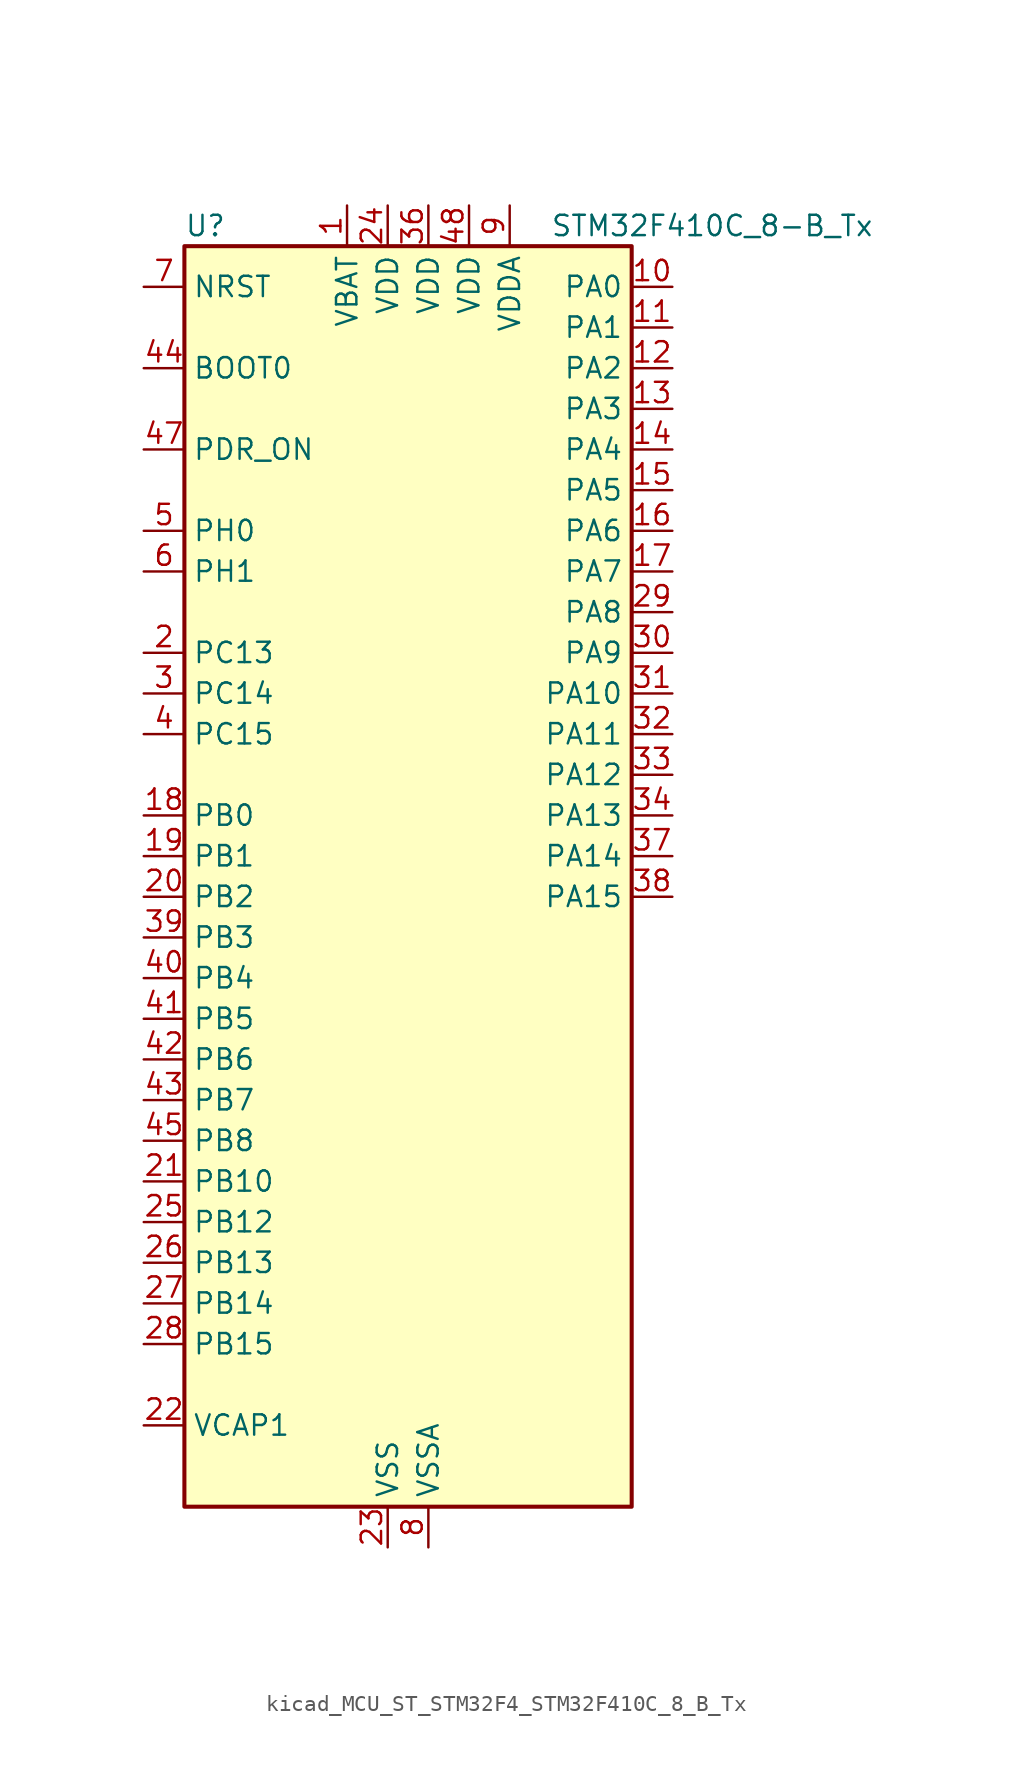
<source format=kicad_sym>
(kicad_symbol_lib
  (version 20220914)
  (generator kicad_symbol_editor)
  (symbol "kicad_MCU_ST_STM32F4_STM32F410C_8_B_Tx"
    (property "Reference" "U"
      (at -12.7 41.91 0)
      (effects (font (size 1.27 1.27)) (justify left)))
    (property "Value" "STM32F410C_8-B_Tx"
      (at 10.16 41.91 0)
      (effects (font (size 1.27 1.27)) (justify left)))
    (property "ki_locked" ""
      (at 0 0 0)
      (effects (font (size 1.27 1.27))))
    (symbol "kicad_MCU_ST_STM32F4_STM32F410C_8_B_Tx_0_1"
      (rectangle (start -12.7 -38.1) (end 15.24 40.64) (stroke (width 0.254) (type default)) (fill (type background))))
    (symbol "kicad_MCU_ST_STM32F4_STM32F410C_8_B_Tx_1_1"
      (pin power_in line (at -2.54 43.18 270) (length 2.54) (name "VBAT" (effects (font (size 1.27 1.27)))) (number "1" (effects (font (size 1.27 1.27)))))
      (pin bidirectional line (at 17.78 38.1 180) (length 2.54) (name "PA0" (effects (font (size 1.27 1.27)))) (number "10" (effects (font (size 1.27 1.27)))) (alternate "ADC1_IN0" bidirectional line) (alternate "SYS_WKUP1" bidirectional line) (alternate "TIM5_CH1" bidirectional line) (alternate "USART2_CTS" bidirectional line))
      (pin bidirectional line (at 17.78 35.56 180) (length 2.54) (name "PA1" (effects (font (size 1.27 1.27)))) (number "11" (effects (font (size 1.27 1.27)))) (alternate "ADC1_IN1" bidirectional line) (alternate "TIM5_CH2" bidirectional line) (alternate "USART2_RTS" bidirectional line))
      (pin bidirectional line (at 17.78 33.02 180) (length 2.54) (name "PA2" (effects (font (size 1.27 1.27)))) (number "12" (effects (font (size 1.27 1.27)))) (alternate "ADC1_IN2" bidirectional line) (alternate "I2S_CKIN" bidirectional line) (alternate "TIM5_CH3" bidirectional line) (alternate "TIM9_CH1" bidirectional line) (alternate "USART2_TX" bidirectional line))
      (pin bidirectional line (at 17.78 30.48 180) (length 2.54) (name "PA3" (effects (font (size 1.27 1.27)))) (number "13" (effects (font (size 1.27 1.27)))) (alternate "ADC1_IN3" bidirectional line) (alternate "I2S2_MCK" bidirectional line) (alternate "TIM5_CH4" bidirectional line) (alternate "TIM9_CH2" bidirectional line) (alternate "USART2_RX" bidirectional line))
      (pin bidirectional line (at 17.78 27.94 180) (length 2.54) (name "PA4" (effects (font (size 1.27 1.27)))) (number "14" (effects (font (size 1.27 1.27)))) (alternate "ADC1_IN4" bidirectional line) (alternate "I2S1_WS" bidirectional line) (alternate "SPI1_NSS" bidirectional line) (alternate "USART2_CK" bidirectional line))
      (pin bidirectional line (at 17.78 25.4 180) (length 2.54) (name "PA5" (effects (font (size 1.27 1.27)))) (number "15" (effects (font (size 1.27 1.27)))) (alternate "ADC1_IN5" bidirectional line) (alternate "DAC_OUT1" bidirectional line) (alternate "I2S1_CK" bidirectional line) (alternate "SPI1_SCK" bidirectional line))
      (pin bidirectional line (at 17.78 22.86 180) (length 2.54) (name "PA6" (effects (font (size 1.27 1.27)))) (number "16" (effects (font (size 1.27 1.27)))) (alternate "ADC1_IN6" bidirectional line) (alternate "I2S2_MCK" bidirectional line) (alternate "SPI1_MISO" bidirectional line) (alternate "TIM1_BKIN" bidirectional line))
      (pin bidirectional line (at 17.78 20.32 180) (length 2.54) (name "PA7" (effects (font (size 1.27 1.27)))) (number "17" (effects (font (size 1.27 1.27)))) (alternate "ADC1_IN7" bidirectional line) (alternate "I2S1_SD" bidirectional line) (alternate "SPI1_MOSI" bidirectional line) (alternate "TIM1_CH1N" bidirectional line))
      (pin bidirectional line (at -15.24 5.08 0) (length 2.54) (name "PB0" (effects (font (size 1.27 1.27)))) (number "18" (effects (font (size 1.27 1.27)))) (alternate "ADC1_IN8" bidirectional line) (alternate "I2S5_CK" bidirectional line) (alternate "SPI5_SCK" bidirectional line) (alternate "TIM1_CH2N" bidirectional line))
      (pin bidirectional line (at -15.24 2.54 0) (length 2.54) (name "PB1" (effects (font (size 1.27 1.27)))) (number "19" (effects (font (size 1.27 1.27)))) (alternate "ADC1_IN9" bidirectional line) (alternate "I2S5_WS" bidirectional line) (alternate "SPI5_NSS" bidirectional line) (alternate "TIM1_CH3N" bidirectional line))
      (pin bidirectional line (at -15.24 15.24 0) (length 2.54) (name "PC13" (effects (font (size 1.27 1.27)))) (number "2" (effects (font (size 1.27 1.27)))) (alternate "RTC_AF1" bidirectional line))
      (pin bidirectional line (at -15.24 0 0) (length 2.54) (name "PB2" (effects (font (size 1.27 1.27)))) (number "20" (effects (font (size 1.27 1.27)))) (alternate "LPTIM1_OUT" bidirectional line))
      (pin bidirectional line (at -15.24 -17.78 0) (length 2.54) (name "PB10" (effects (font (size 1.27 1.27)))) (number "21" (effects (font (size 1.27 1.27)))) (alternate "FMPI2C1_SCL" bidirectional line) (alternate "I2C2_SCL" bidirectional line) (alternate "I2S1_MCK" bidirectional line) (alternate "I2S2_CK" bidirectional line) (alternate "SPI2_SCK" bidirectional line))
      (pin power_out line (at -15.24 -33.02 0) (length 2.54) (name "VCAP1" (effects (font (size 1.27 1.27)))) (number "22" (effects (font (size 1.27 1.27)))))
      (pin power_in line (at 0 -40.64 90) (length 2.54) (name "VSS" (effects (font (size 1.27 1.27)))) (number "23" (effects (font (size 1.27 1.27)))))
      (pin power_in line (at 0 43.18 270) (length 2.54) (name "VDD" (effects (font (size 1.27 1.27)))) (number "24" (effects (font (size 1.27 1.27)))))
      (pin bidirectional line (at -15.24 -20.32 0) (length 2.54) (name "PB12" (effects (font (size 1.27 1.27)))) (number "25" (effects (font (size 1.27 1.27)))) (alternate "I2C2_SMBA" bidirectional line) (alternate "I2S2_WS" bidirectional line) (alternate "SPI2_NSS" bidirectional line) (alternate "TIM1_BKIN" bidirectional line) (alternate "TIM5_CH1" bidirectional line))
      (pin bidirectional line (at -15.24 -22.86 0) (length 2.54) (name "PB13" (effects (font (size 1.27 1.27)))) (number "26" (effects (font (size 1.27 1.27)))) (alternate "FMPI2C1_SMBA" bidirectional line) (alternate "I2S2_CK" bidirectional line) (alternate "SPI2_SCK" bidirectional line) (alternate "TIM1_CH1N" bidirectional line))
      (pin bidirectional line (at -15.24 -25.4 0) (length 2.54) (name "PB14" (effects (font (size 1.27 1.27)))) (number "27" (effects (font (size 1.27 1.27)))) (alternate "FMPI2C1_SDA" bidirectional line) (alternate "SPI2_MISO" bidirectional line) (alternate "TIM1_CH2N" bidirectional line))
      (pin bidirectional line (at -15.24 -27.94 0) (length 2.54) (name "PB15" (effects (font (size 1.27 1.27)))) (number "28" (effects (font (size 1.27 1.27)))) (alternate "ADC1_EXTI15" bidirectional line) (alternate "FMPI2C1_SCL" bidirectional line) (alternate "I2S2_SD" bidirectional line) (alternate "RTC_REFIN" bidirectional line) (alternate "SPI2_MOSI" bidirectional line) (alternate "TIM1_CH3N" bidirectional line))
      (pin bidirectional line (at 17.78 17.78 180) (length 2.54) (name "PA8" (effects (font (size 1.27 1.27)))) (number "29" (effects (font (size 1.27 1.27)))) (alternate "FMPI2C1_SCL" bidirectional line) (alternate "RCC_MCO_1" bidirectional line) (alternate "TIM1_CH1" bidirectional line) (alternate "USART1_CK" bidirectional line))
      (pin bidirectional line (at -15.24 12.7 0) (length 2.54) (name "PC14" (effects (font (size 1.27 1.27)))) (number "3" (effects (font (size 1.27 1.27)))) (alternate "RCC_OSC32_IN" bidirectional line))
      (pin bidirectional line (at 17.78 15.24 180) (length 2.54) (name "PA9" (effects (font (size 1.27 1.27)))) (number "30" (effects (font (size 1.27 1.27)))) (alternate "DAC_EXTI9" bidirectional line) (alternate "TIM1_CH2" bidirectional line) (alternate "USART1_TX" bidirectional line))
      (pin bidirectional line (at 17.78 12.7 180) (length 2.54) (name "PA10" (effects (font (size 1.27 1.27)))) (number "31" (effects (font (size 1.27 1.27)))) (alternate "I2S5_SD" bidirectional line) (alternate "SPI5_MOSI" bidirectional line) (alternate "TIM1_CH3" bidirectional line) (alternate "USART1_RX" bidirectional line))
      (pin bidirectional line (at 17.78 10.16 180) (length 2.54) (name "PA11" (effects (font (size 1.27 1.27)))) (number "32" (effects (font (size 1.27 1.27)))) (alternate "ADC1_EXTI11" bidirectional line) (alternate "TIM1_CH4" bidirectional line) (alternate "USART1_CTS" bidirectional line) (alternate "USART6_TX" bidirectional line))
      (pin bidirectional line (at 17.78 7.62 180) (length 2.54) (name "PA12" (effects (font (size 1.27 1.27)))) (number "33" (effects (font (size 1.27 1.27)))) (alternate "SPI5_MISO" bidirectional line) (alternate "TIM1_ETR" bidirectional line) (alternate "USART1_RTS" bidirectional line) (alternate "USART6_RX" bidirectional line))
      (pin bidirectional line (at 17.78 5.08 180) (length 2.54) (name "PA13" (effects (font (size 1.27 1.27)))) (number "34" (effects (font (size 1.27 1.27)))) (alternate "SYS_JTMS-SWDIO" bidirectional line))
      (pin passive line (at 0 -40.64 90) (length 2.54) hide (name "VSS" (effects (font (size 1.27 1.27)))) (number "35" (effects (font (size 1.27 1.27)))))
      (pin power_in line (at 2.54 43.18 270) (length 2.54) (name "VDD" (effects (font (size 1.27 1.27)))) (number "36" (effects (font (size 1.27 1.27)))))
      (pin bidirectional line (at 17.78 2.54 180) (length 2.54) (name "PA14" (effects (font (size 1.27 1.27)))) (number "37" (effects (font (size 1.27 1.27)))) (alternate "SYS_JTCK-SWCLK" bidirectional line))
      (pin bidirectional line (at 17.78 0 180) (length 2.54) (name "PA15" (effects (font (size 1.27 1.27)))) (number "38" (effects (font (size 1.27 1.27)))) (alternate "ADC1_EXTI15" bidirectional line) (alternate "I2S1_WS" bidirectional line) (alternate "SPI1_NSS" bidirectional line) (alternate "SYS_JTDI" bidirectional line) (alternate "USART1_TX" bidirectional line))
      (pin bidirectional line (at -15.24 -2.54 0) (length 2.54) (name "PB3" (effects (font (size 1.27 1.27)))) (number "39" (effects (font (size 1.27 1.27)))) (alternate "FMPI2C1_SDA" bidirectional line) (alternate "I2C2_SDA" bidirectional line) (alternate "I2S1_CK" bidirectional line) (alternate "SPI1_SCK" bidirectional line) (alternate "SYS_JTDO-SWO" bidirectional line) (alternate "USART1_RX" bidirectional line))
      (pin bidirectional line (at -15.24 10.16 0) (length 2.54) (name "PC15" (effects (font (size 1.27 1.27)))) (number "4" (effects (font (size 1.27 1.27)))) (alternate "ADC1_EXTI15" bidirectional line) (alternate "RCC_OSC32_OUT" bidirectional line))
      (pin bidirectional line (at -15.24 -5.08 0) (length 2.54) (name "PB4" (effects (font (size 1.27 1.27)))) (number "40" (effects (font (size 1.27 1.27)))) (alternate "SPI1_MISO" bidirectional line) (alternate "SYS_JTRST" bidirectional line))
      (pin bidirectional line (at -15.24 -7.62 0) (length 2.54) (name "PB5" (effects (font (size 1.27 1.27)))) (number "41" (effects (font (size 1.27 1.27)))) (alternate "I2C1_SMBA" bidirectional line) (alternate "I2S1_SD" bidirectional line) (alternate "LPTIM1_IN1" bidirectional line) (alternate "SPI1_MOSI" bidirectional line))
      (pin bidirectional line (at -15.24 -10.16 0) (length 2.54) (name "PB6" (effects (font (size 1.27 1.27)))) (number "42" (effects (font (size 1.27 1.27)))) (alternate "I2C1_SCL" bidirectional line) (alternate "LPTIM1_ETR" bidirectional line) (alternate "USART1_TX" bidirectional line))
      (pin bidirectional line (at -15.24 -12.7 0) (length 2.54) (name "PB7" (effects (font (size 1.27 1.27)))) (number "43" (effects (font (size 1.27 1.27)))) (alternate "I2C1_SDA" bidirectional line) (alternate "LPTIM1_IN2" bidirectional line) (alternate "USART1_RX" bidirectional line))
      (pin input line (at -15.24 33.02 0) (length 2.54) (name "BOOT0" (effects (font (size 1.27 1.27)))) (number "44" (effects (font (size 1.27 1.27)))))
      (pin bidirectional line (at -15.24 -15.24 0) (length 2.54) (name "PB8" (effects (font (size 1.27 1.27)))) (number "45" (effects (font (size 1.27 1.27)))) (alternate "I2C1_SCL" bidirectional line) (alternate "I2S5_SD" bidirectional line) (alternate "LPTIM1_OUT" bidirectional line) (alternate "SPI5_MOSI" bidirectional line))
      (pin passive line (at 0 -40.64 90) (length 2.54) hide (name "VSS" (effects (font (size 1.27 1.27)))) (number "46" (effects (font (size 1.27 1.27)))))
      (pin input line (at -15.24 27.94 0) (length 2.54) (name "PDR_ON" (effects (font (size 1.27 1.27)))) (number "47" (effects (font (size 1.27 1.27)))))
      (pin power_in line (at 5.08 43.18 270) (length 2.54) (name "VDD" (effects (font (size 1.27 1.27)))) (number "48" (effects (font (size 1.27 1.27)))))
      (pin bidirectional line (at -15.24 22.86 0) (length 2.54) (name "PH0" (effects (font (size 1.27 1.27)))) (number "5" (effects (font (size 1.27 1.27)))) (alternate "RCC_OSC_IN" bidirectional line))
      (pin bidirectional line (at -15.24 20.32 0) (length 2.54) (name "PH1" (effects (font (size 1.27 1.27)))) (number "6" (effects (font (size 1.27 1.27)))) (alternate "RCC_OSC_OUT" bidirectional line))
      (pin input line (at -15.24 38.1 0) (length 2.54) (name "NRST" (effects (font (size 1.27 1.27)))) (number "7" (effects (font (size 1.27 1.27)))))
      (pin power_in line (at 2.54 -40.64 90) (length 2.54) (name "VSSA" (effects (font (size 1.27 1.27)))) (number "8" (effects (font (size 1.27 1.27)))))
      (pin power_in line (at 7.62 43.18 270) (length 2.54) (name "VDDA" (effects (font (size 1.27 1.27)))) (number "9" (effects (font (size 1.27 1.27))))))))
</source>
